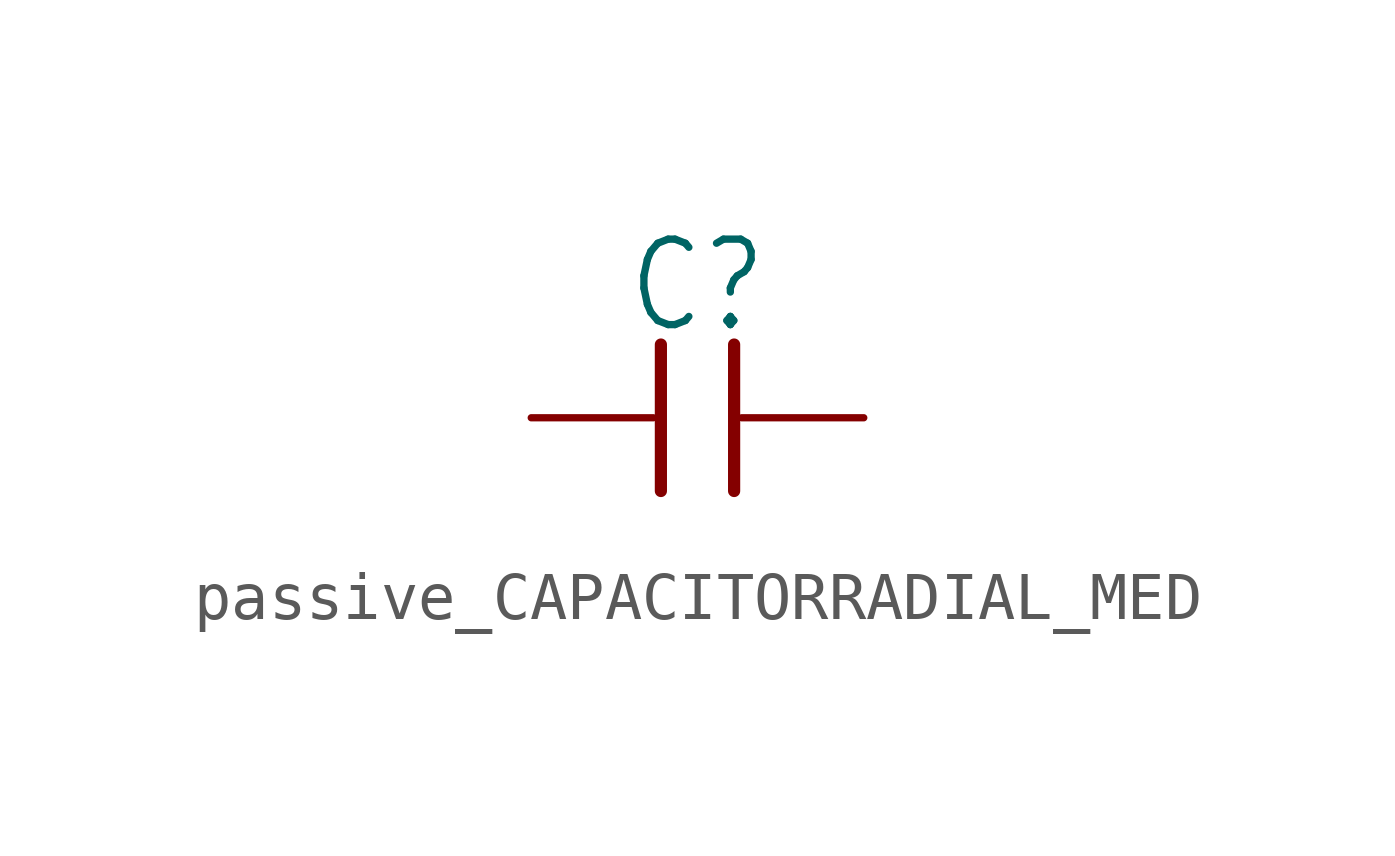
<source format=kicad_sym>
(kicad_symbol_lib
  (version 20241209)
  (generator "kicad_symbol_editor")
  (generator_version "9.0")
  (symbol "passive_CAPACITORRADIAL_MED"
    (property "Reference" "C"
      (at 0 1.714 0)
      (effects (font (size 1.778 1.511)) (justify bottom)))
    (property "Value" ""
      (at 0 -1.714 0)
      (effects (font (size 1.778 1.511)) (justify top)))
    (property "ki_locked" ""
      (at 0 0 0)
      (effects (font (size 1.27 1.27))))
    (symbol "passive_CAPACITORRADIAL_MED_1_0"
      (polyline (pts (xy -0.762 1.524) (xy -0.762 -1.524)) (stroke (width 0.254) (type solid)) (fill (type none)))
      (polyline (pts (xy 0.762 -1.524) (xy 0.762 1.524)) (stroke (width 0.254) (type solid)) (fill (type none)))
      (pin bidirectional line (at -3.46 0 0) (length 2.54) (name "P$1" (effects (font (size 0 0)))) (number "1" (effects (font (size 0 0)))))
      (pin bidirectional line (at 3.46 0 180) (length 2.54) (name "P$2" (effects (font (size 0 0)))) (number "2" (effects (font (size 0 0))))))))
</source>
